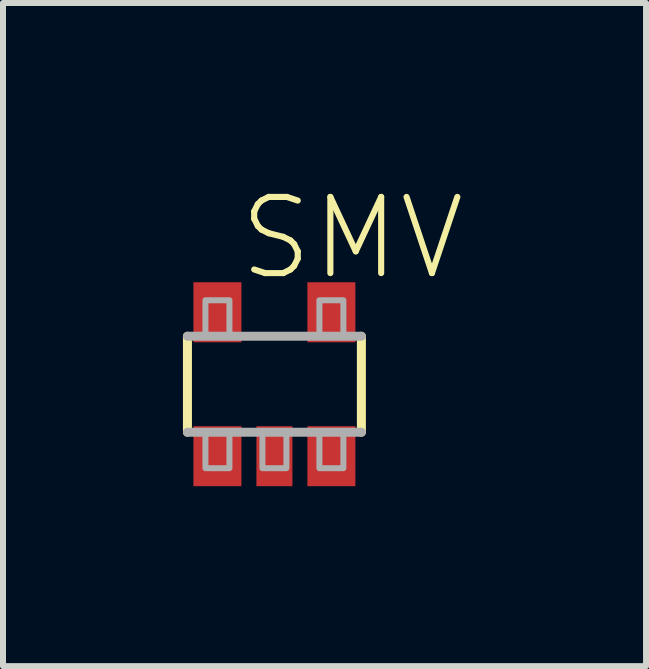
<source format=kicad_pcb>
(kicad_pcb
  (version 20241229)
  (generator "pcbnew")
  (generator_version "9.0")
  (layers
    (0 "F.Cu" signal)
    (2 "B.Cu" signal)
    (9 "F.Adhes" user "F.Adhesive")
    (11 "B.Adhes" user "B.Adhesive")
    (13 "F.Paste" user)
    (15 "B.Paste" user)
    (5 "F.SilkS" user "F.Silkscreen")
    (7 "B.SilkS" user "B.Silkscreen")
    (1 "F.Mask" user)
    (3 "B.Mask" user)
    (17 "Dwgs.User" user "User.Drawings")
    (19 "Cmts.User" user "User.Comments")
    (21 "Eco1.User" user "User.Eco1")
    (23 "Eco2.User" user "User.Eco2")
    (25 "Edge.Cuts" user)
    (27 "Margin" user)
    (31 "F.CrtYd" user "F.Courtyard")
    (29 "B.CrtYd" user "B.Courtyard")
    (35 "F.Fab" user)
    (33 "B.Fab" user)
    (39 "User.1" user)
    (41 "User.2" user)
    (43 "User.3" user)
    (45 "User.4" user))
  (footprint "SMV"
    (layer "F.Cu")
    (at 1.525 3.356)
    (property "Reference" "SMV" (at 1.296 -2.435 0) (layer "F.SilkS") (effects (font (size 1.27 1.27) (thickness 0.102))))
    (attr through_hole)
    (fp_line (start -1.45 -0.8) (end -1.45 0.8) (stroke (width 0.15) (type solid)) (layer "F.SilkS"))
    (fp_line (start 1.45 -0.8) (end 1.45 0.8) (stroke (width 0.15) (type solid)) (layer "F.SilkS"))
    (fp_line (start -1.45 -0.8) (end 1.45 -0.8) (stroke (width 0.15) (type solid)) (layer "F.Fab"))
    (fp_line (start -1.45 0.8) (end 1.45 0.8) (stroke (width 0.15) (type solid)) (layer "F.Fab"))
    (fp_poly (pts (xy -1.15 -1.4) (xy -0.75 -1.4) (xy -0.75 -0.8) (xy -1.15 -0.8)) (stroke (width 0.1) (type solid)) (fill no) (layer "F.Fab"))
    (fp_poly (pts (xy -1.15 0.8) (xy -0.75 0.8) (xy -0.75 1.4) (xy -1.15 1.4)) (stroke (width 0.1) (type solid)) (fill no) (layer "F.Fab"))
    (fp_poly (pts (xy -0.2 0.8) (xy 0.2 0.8) (xy 0.2 1.4) (xy -0.2 1.4)) (stroke (width 0.1) (type solid)) (fill no) (layer "F.Fab"))
    (fp_poly (pts (xy 0.75 -1.4) (xy 1.15 -1.4) (xy 1.15 -0.8) (xy 0.75 -0.8)) (stroke (width 0.1) (type solid)) (fill no) (layer "F.Fab"))
    (fp_poly (pts (xy 0.75 0.8) (xy 1.15 0.8) (xy 1.15 1.4) (xy 0.75 1.4)) (stroke (width 0.1) (type solid)) (fill no) (layer "F.Fab"))
    (pad "1" smd rect (at -0.95 1.2) (size 0.8 1) (layers "F.Cu" "F.Mask" "F.Paste"))
    (pad "2" smd rect (at 0 1.2) (size 0.6 1) (layers "F.Cu" "F.Mask" "F.Paste"))
    (pad "3" smd rect (at 0.95 1.2) (size 0.8 1) (layers "F.Cu" "F.Mask" "F.Paste"))
    (pad "4" smd rect (at 0.95 -1.2) (size 0.8 1) (layers "F.Cu" "F.Mask" "F.Paste"))
    (pad "5" smd rect (at -0.95 -1.2) (size 0.8 1) (layers "F.Cu" "F.Mask" "F.Paste")))
  (gr_rect
    (start -3 -3)
    (end 7.721 8.056)
    (stroke (width 0.1) (type default))
    (fill no)
    (layer "Edge.Cuts")))
</source>
